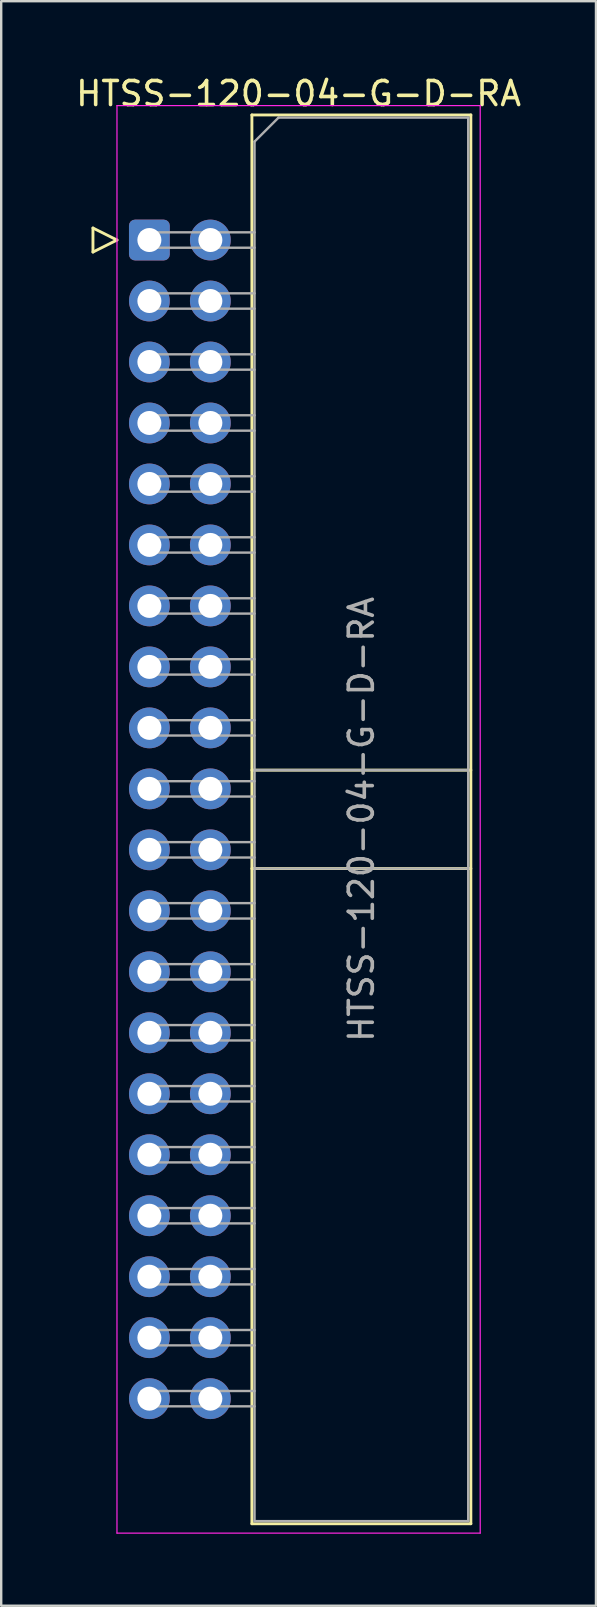
<source format=kicad_pcb>
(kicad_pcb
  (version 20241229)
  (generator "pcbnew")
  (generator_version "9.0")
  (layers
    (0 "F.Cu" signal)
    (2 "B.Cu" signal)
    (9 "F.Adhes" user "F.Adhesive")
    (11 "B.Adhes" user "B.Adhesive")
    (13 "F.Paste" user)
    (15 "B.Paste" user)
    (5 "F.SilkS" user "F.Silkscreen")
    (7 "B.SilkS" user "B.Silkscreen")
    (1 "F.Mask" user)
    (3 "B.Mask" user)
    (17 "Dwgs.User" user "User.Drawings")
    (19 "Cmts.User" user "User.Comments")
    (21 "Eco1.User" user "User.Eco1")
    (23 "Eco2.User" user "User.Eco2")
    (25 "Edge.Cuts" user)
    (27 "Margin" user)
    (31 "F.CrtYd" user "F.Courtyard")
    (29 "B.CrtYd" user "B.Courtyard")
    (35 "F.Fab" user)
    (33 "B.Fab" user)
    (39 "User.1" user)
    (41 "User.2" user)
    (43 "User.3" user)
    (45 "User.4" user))
  (footprint "HTSS-120-04-G-D-RA"
    (layer "F.Cu")
    (at 3.172 6.948)
    (property "Reference" "HTSS-120-04-G-D-RA" (at 6.215 -6.1 0) (layer "F.SilkS") (effects (font (size 1 1) (thickness 0.15))))
    (attr through_hole)
    (fp_line (start -2.35 -0.5) (end -2.35 0.5) (stroke (width 0.12) (type solid)) (layer "F.SilkS"))
    (fp_line (start -2.35 0.5) (end -1.35 0) (stroke (width 0.12) (type solid)) (layer "F.SilkS"))
    (fp_line (start -1.35 0) (end -2.35 -0.5) (stroke (width 0.12) (type solid)) (layer "F.SilkS"))
    (fp_line (start 4.27 -5.21) (end 13.39 -5.21) (stroke (width 0.12) (type solid)) (layer "F.SilkS"))
    (fp_line (start 4.27 22.08) (end 13.39 22.08) (stroke (width 0.12) (type solid)) (layer "F.SilkS"))
    (fp_line (start 4.27 26.18) (end 13.39 26.18) (stroke (width 0.12) (type solid)) (layer "F.SilkS"))
    (fp_line (start 4.27 53.47) (end 4.27 -5.21) (stroke (width 0.12) (type solid)) (layer "F.SilkS"))
    (fp_line (start 13.39 -5.21) (end 13.39 53.47) (stroke (width 0.12) (type solid)) (layer "F.SilkS"))
    (fp_line (start 13.39 53.47) (end 4.27 53.47) (stroke (width 0.12) (type solid)) (layer "F.SilkS"))
    (fp_line (start -1.35 -5.6) (end -1.35 53.86) (stroke (width 0.05) (type solid)) (layer "F.CrtYd"))
    (fp_line (start -1.35 53.86) (end 13.78 53.86) (stroke (width 0.05) (type solid)) (layer "F.CrtYd"))
    (fp_line (start 13.78 -5.6) (end -1.35 -5.6) (stroke (width 0.05) (type solid)) (layer "F.CrtYd"))
    (fp_line (start 13.78 53.86) (end 13.78 -5.6) (stroke (width 0.05) (type solid)) (layer "F.CrtYd"))
    (fp_line (start -0.32 -0.32) (end -0.32 0.32) (stroke (width 0.1) (type solid)) (layer "F.Fab"))
    (fp_line (start -0.32 0.32) (end 4.38 0.32) (stroke (width 0.1) (type solid)) (layer "F.Fab"))
    (fp_line (start -0.32 2.22) (end -0.32 2.86) (stroke (width 0.1) (type solid)) (layer "F.Fab"))
    (fp_line (start -0.32 2.86) (end 4.38 2.86) (stroke (width 0.1) (type solid)) (layer "F.Fab"))
    (fp_line (start -0.32 4.76) (end -0.32 5.4) (stroke (width 0.1) (type solid)) (layer "F.Fab"))
    (fp_line (start -0.32 5.4) (end 4.38 5.4) (stroke (width 0.1) (type solid)) (layer "F.Fab"))
    (fp_line (start -0.32 7.3) (end -0.32 7.94) (stroke (width 0.1) (type solid)) (layer "F.Fab"))
    (fp_line (start -0.32 7.94) (end 4.38 7.94) (stroke (width 0.1) (type solid)) (layer "F.Fab"))
    (fp_line (start -0.32 9.84) (end -0.32 10.48) (stroke (width 0.1) (type solid)) (layer "F.Fab"))
    (fp_line (start -0.32 10.48) (end 4.38 10.48) (stroke (width 0.1) (type solid)) (layer "F.Fab"))
    (fp_line (start -0.32 12.38) (end -0.32 13.02) (stroke (width 0.1) (type solid)) (layer "F.Fab"))
    (fp_line (start -0.32 13.02) (end 4.38 13.02) (stroke (width 0.1) (type solid)) (layer "F.Fab"))
    (fp_line (start -0.32 14.92) (end -0.32 15.56) (stroke (width 0.1) (type solid)) (layer "F.Fab"))
    (fp_line (start -0.32 15.56) (end 4.38 15.56) (stroke (width 0.1) (type solid)) (layer "F.Fab"))
    (fp_line (start -0.32 17.46) (end -0.32 18.1) (stroke (width 0.1) (type solid)) (layer "F.Fab"))
    (fp_line (start -0.32 18.1) (end 4.38 18.1) (stroke (width 0.1) (type solid)) (layer "F.Fab"))
    (fp_line (start -0.32 20) (end -0.32 20.64) (stroke (width 0.1) (type solid)) (layer "F.Fab"))
    (fp_line (start -0.32 20.64) (end 4.38 20.64) (stroke (width 0.1) (type solid)) (layer "F.Fab"))
    (fp_line (start -0.32 22.54) (end -0.32 23.18) (stroke (width 0.1) (type solid)) (layer "F.Fab"))
    (fp_line (start -0.32 23.18) (end 4.38 23.18) (stroke (width 0.1) (type solid)) (layer "F.Fab"))
    (fp_line (start -0.32 25.08) (end -0.32 25.72) (stroke (width 0.1) (type solid)) (layer "F.Fab"))
    (fp_line (start -0.32 25.72) (end 4.38 25.72) (stroke (width 0.1) (type solid)) (layer "F.Fab"))
    (fp_line (start -0.32 27.62) (end -0.32 28.26) (stroke (width 0.1) (type solid)) (layer "F.Fab"))
    (fp_line (start -0.32 28.26) (end 4.38 28.26) (stroke (width 0.1) (type solid)) (layer "F.Fab"))
    (fp_line (start -0.32 30.16) (end -0.32 30.8) (stroke (width 0.1) (type solid)) (layer "F.Fab"))
    (fp_line (start -0.32 30.8) (end 4.38 30.8) (stroke (width 0.1) (type solid)) (layer "F.Fab"))
    (fp_line (start -0.32 32.7) (end -0.32 33.34) (stroke (width 0.1) (type solid)) (layer "F.Fab"))
    (fp_line (start -0.32 33.34) (end 4.38 33.34) (stroke (width 0.1) (type solid)) (layer "F.Fab"))
    (fp_line (start -0.32 35.24) (end -0.32 35.88) (stroke (width 0.1) (type solid)) (layer "F.Fab"))
    (fp_line (start -0.32 35.88) (end 4.38 35.88) (stroke (width 0.1) (type solid)) (layer "F.Fab"))
    (fp_line (start -0.32 37.78) (end -0.32 38.42) (stroke (width 0.1) (type solid)) (layer "F.Fab"))
    (fp_line (start -0.32 38.42) (end 4.38 38.42) (stroke (width 0.1) (type solid)) (layer "F.Fab"))
    (fp_line (start -0.32 40.32) (end -0.32 40.96) (stroke (width 0.1) (type solid)) (layer "F.Fab"))
    (fp_line (start -0.32 40.96) (end 4.38 40.96) (stroke (width 0.1) (type solid)) (layer "F.Fab"))
    (fp_line (start -0.32 42.86) (end -0.32 43.5) (stroke (width 0.1) (type solid)) (layer "F.Fab"))
    (fp_line (start -0.32 43.5) (end 4.38 43.5) (stroke (width 0.1) (type solid)) (layer "F.Fab"))
    (fp_line (start -0.32 45.4) (end -0.32 46.04) (stroke (width 0.1) (type solid)) (layer "F.Fab"))
    (fp_line (start -0.32 46.04) (end 4.38 46.04) (stroke (width 0.1) (type solid)) (layer "F.Fab"))
    (fp_line (start -0.32 47.94) (end -0.32 48.58) (stroke (width 0.1) (type solid)) (layer "F.Fab"))
    (fp_line (start -0.32 48.58) (end 4.38 48.58) (stroke (width 0.1) (type solid)) (layer "F.Fab"))
    (fp_line (start 4.38 -4.1) (end 5.38 -5.1) (stroke (width 0.1) (type solid)) (layer "F.Fab"))
    (fp_line (start 4.38 -0.32) (end -0.32 -0.32) (stroke (width 0.1) (type solid)) (layer "F.Fab"))
    (fp_line (start 4.38 2.22) (end -0.32 2.22) (stroke (width 0.1) (type solid)) (layer "F.Fab"))
    (fp_line (start 4.38 4.76) (end -0.32 4.76) (stroke (width 0.1) (type solid)) (layer "F.Fab"))
    (fp_line (start 4.38 7.3) (end -0.32 7.3) (stroke (width 0.1) (type solid)) (layer "F.Fab"))
    (fp_line (start 4.38 9.84) (end -0.32 9.84) (stroke (width 0.1) (type solid)) (layer "F.Fab"))
    (fp_line (start 4.38 12.38) (end -0.32 12.38) (stroke (width 0.1) (type solid)) (layer "F.Fab"))
    (fp_line (start 4.38 14.92) (end -0.32 14.92) (stroke (width 0.1) (type solid)) (layer "F.Fab"))
    (fp_line (start 4.38 17.46) (end -0.32 17.46) (stroke (width 0.1) (type solid)) (layer "F.Fab"))
    (fp_line (start 4.38 20) (end -0.32 20) (stroke (width 0.1) (type solid)) (layer "F.Fab"))
    (fp_line (start 4.38 22.08) (end 13.28 22.08) (stroke (width 0.1) (type solid)) (layer "F.Fab"))
    (fp_line (start 4.38 22.54) (end -0.32 22.54) (stroke (width 0.1) (type solid)) (layer "F.Fab"))
    (fp_line (start 4.38 25.08) (end -0.32 25.08) (stroke (width 0.1) (type solid)) (layer "F.Fab"))
    (fp_line (start 4.38 26.18) (end 13.28 26.18) (stroke (width 0.1) (type solid)) (layer "F.Fab"))
    (fp_line (start 4.38 27.62) (end -0.32 27.62) (stroke (width 0.1) (type solid)) (layer "F.Fab"))
    (fp_line (start 4.38 30.16) (end -0.32 30.16) (stroke (width 0.1) (type solid)) (layer "F.Fab"))
    (fp_line (start 4.38 32.7) (end -0.32 32.7) (stroke (width 0.1) (type solid)) (layer "F.Fab"))
    (fp_line (start 4.38 35.24) (end -0.32 35.24) (stroke (width 0.1) (type solid)) (layer "F.Fab"))
    (fp_line (start 4.38 37.78) (end -0.32 37.78) (stroke (width 0.1) (type solid)) (layer "F.Fab"))
    (fp_line (start 4.38 40.32) (end -0.32 40.32) (stroke (width 0.1) (type solid)) (layer "F.Fab"))
    (fp_line (start 4.38 42.86) (end -0.32 42.86) (stroke (width 0.1) (type solid)) (layer "F.Fab"))
    (fp_line (start 4.38 45.4) (end -0.32 45.4) (stroke (width 0.1) (type solid)) (layer "F.Fab"))
    (fp_line (start 4.38 47.94) (end -0.32 47.94) (stroke (width 0.1) (type solid)) (layer "F.Fab"))
    (fp_line (start 4.38 53.36) (end 4.38 -4.1) (stroke (width 0.1) (type solid)) (layer "F.Fab"))
    (fp_line (start 5.38 -5.1) (end 13.28 -5.1) (stroke (width 0.1) (type solid)) (layer "F.Fab"))
    (fp_line (start 13.28 -5.1) (end 13.28 53.36) (stroke (width 0.1) (type solid)) (layer "F.Fab"))
    (fp_line (start 13.28 53.36) (end 4.38 53.36) (stroke (width 0.1) (type solid)) (layer "F.Fab"))
    (fp_text user "${REFERENCE}" (at 8.83 24.13 90) (layer "F.Fab") (effects (font (size 1 1) (thickness 0.15))))
    (pad "1" thru_hole roundrect (at 0 0) (size 1.7 1.7) (drill 1) (layers "*.Cu" "*.Mask") (roundrect_rratio 0.147))
    (pad "2" thru_hole circle (at 2.54 0) (size 1.7 1.7) (drill 1) (layers "*.Cu" "*.Mask"))
    (pad "3" thru_hole circle (at 0 2.54) (size 1.7 1.7) (drill 1) (layers "*.Cu" "*.Mask"))
    (pad "4" thru_hole circle (at 2.54 2.54) (size 1.7 1.7) (drill 1) (layers "*.Cu" "*.Mask"))
    (pad "5" thru_hole circle (at 0 5.08) (size 1.7 1.7) (drill 1) (layers "*.Cu" "*.Mask"))
    (pad "6" thru_hole circle (at 2.54 5.08) (size 1.7 1.7) (drill 1) (layers "*.Cu" "*.Mask"))
    (pad "7" thru_hole circle (at 0 7.62) (size 1.7 1.7) (drill 1) (layers "*.Cu" "*.Mask"))
    (pad "8" thru_hole circle (at 2.54 7.62) (size 1.7 1.7) (drill 1) (layers "*.Cu" "*.Mask"))
    (pad "9" thru_hole circle (at 0 10.16) (size 1.7 1.7) (drill 1) (layers "*.Cu" "*.Mask"))
    (pad "10" thru_hole circle (at 2.54 10.16) (size 1.7 1.7) (drill 1) (layers "*.Cu" "*.Mask"))
    (pad "11" thru_hole circle (at 0 12.7) (size 1.7 1.7) (drill 1) (layers "*.Cu" "*.Mask"))
    (pad "12" thru_hole circle (at 2.54 12.7) (size 1.7 1.7) (drill 1) (layers "*.Cu" "*.Mask"))
    (pad "13" thru_hole circle (at 0 15.24) (size 1.7 1.7) (drill 1) (layers "*.Cu" "*.Mask"))
    (pad "14" thru_hole circle (at 2.54 15.24) (size 1.7 1.7) (drill 1) (layers "*.Cu" "*.Mask"))
    (pad "15" thru_hole circle (at 0 17.78) (size 1.7 1.7) (drill 1) (layers "*.Cu" "*.Mask"))
    (pad "16" thru_hole circle (at 2.54 17.78) (size 1.7 1.7) (drill 1) (layers "*.Cu" "*.Mask"))
    (pad "17" thru_hole circle (at 0 20.32) (size 1.7 1.7) (drill 1) (layers "*.Cu" "*.Mask"))
    (pad "18" thru_hole circle (at 2.54 20.32) (size 1.7 1.7) (drill 1) (layers "*.Cu" "*.Mask"))
    (pad "19" thru_hole circle (at 0 22.86) (size 1.7 1.7) (drill 1) (layers "*.Cu" "*.Mask"))
    (pad "20" thru_hole circle (at 2.54 22.86) (size 1.7 1.7) (drill 1) (layers "*.Cu" "*.Mask"))
    (pad "21" thru_hole circle (at 0 25.4) (size 1.7 1.7) (drill 1) (layers "*.Cu" "*.Mask"))
    (pad "22" thru_hole circle (at 2.54 25.4) (size 1.7 1.7) (drill 1) (layers "*.Cu" "*.Mask"))
    (pad "23" thru_hole circle (at 0 27.94) (size 1.7 1.7) (drill 1) (layers "*.Cu" "*.Mask"))
    (pad "24" thru_hole circle (at 2.54 27.94) (size 1.7 1.7) (drill 1) (layers "*.Cu" "*.Mask"))
    (pad "25" thru_hole circle (at 0 30.48) (size 1.7 1.7) (drill 1) (layers "*.Cu" "*.Mask"))
    (pad "26" thru_hole circle (at 2.54 30.48) (size 1.7 1.7) (drill 1) (layers "*.Cu" "*.Mask"))
    (pad "27" thru_hole circle (at 0 33.02) (size 1.7 1.7) (drill 1) (layers "*.Cu" "*.Mask"))
    (pad "28" thru_hole circle (at 2.54 33.02) (size 1.7 1.7) (drill 1) (layers "*.Cu" "*.Mask"))
    (pad "29" thru_hole circle (at 0 35.56) (size 1.7 1.7) (drill 1) (layers "*.Cu" "*.Mask"))
    (pad "30" thru_hole circle (at 2.54 35.56) (size 1.7 1.7) (drill 1) (layers "*.Cu" "*.Mask"))
    (pad "31" thru_hole circle (at 0 38.1) (size 1.7 1.7) (drill 1) (layers "*.Cu" "*.Mask"))
    (pad "32" thru_hole circle (at 2.54 38.1) (size 1.7 1.7) (drill 1) (layers "*.Cu" "*.Mask"))
    (pad "33" thru_hole circle (at 0 40.64) (size 1.7 1.7) (drill 1) (layers "*.Cu" "*.Mask"))
    (pad "34" thru_hole circle (at 2.54 40.64) (size 1.7 1.7) (drill 1) (layers "*.Cu" "*.Mask"))
    (pad "35" thru_hole circle (at 0 43.18) (size 1.7 1.7) (drill 1) (layers "*.Cu" "*.Mask"))
    (pad "36" thru_hole circle (at 2.54 43.18) (size 1.7 1.7) (drill 1) (layers "*.Cu" "*.Mask"))
    (pad "37" thru_hole circle (at 0 45.72) (size 1.7 1.7) (drill 1) (layers "*.Cu" "*.Mask"))
    (pad "38" thru_hole circle (at 2.54 45.72) (size 1.7 1.7) (drill 1) (layers "*.Cu" "*.Mask"))
    (pad "39" thru_hole circle (at 0 48.26) (size 1.7 1.7) (drill 1) (layers "*.Cu" "*.Mask"))
    (pad "40" thru_hole circle (at 2.54 48.26) (size 1.7 1.7) (drill 1) (layers "*.Cu" "*.Mask")))
  (gr_rect
    (start -3 -3)
    (end 21.774 63.833)
    (stroke (width 0.1) (type default))
    (fill no)
    (layer "Edge.Cuts")))
</source>
